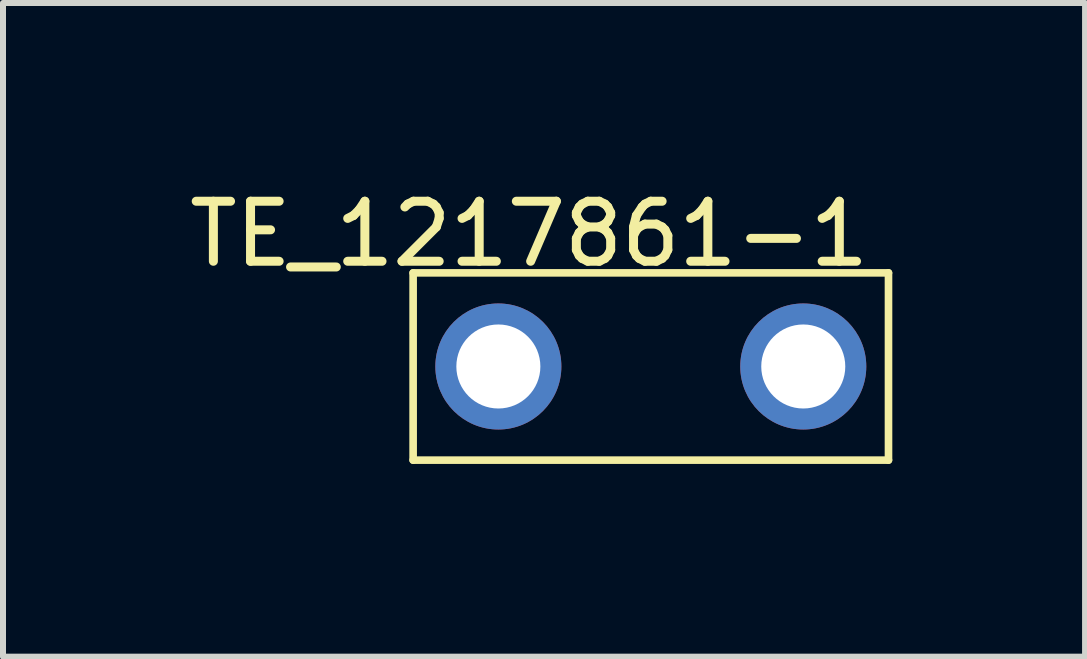
<source format=kicad_pcb>
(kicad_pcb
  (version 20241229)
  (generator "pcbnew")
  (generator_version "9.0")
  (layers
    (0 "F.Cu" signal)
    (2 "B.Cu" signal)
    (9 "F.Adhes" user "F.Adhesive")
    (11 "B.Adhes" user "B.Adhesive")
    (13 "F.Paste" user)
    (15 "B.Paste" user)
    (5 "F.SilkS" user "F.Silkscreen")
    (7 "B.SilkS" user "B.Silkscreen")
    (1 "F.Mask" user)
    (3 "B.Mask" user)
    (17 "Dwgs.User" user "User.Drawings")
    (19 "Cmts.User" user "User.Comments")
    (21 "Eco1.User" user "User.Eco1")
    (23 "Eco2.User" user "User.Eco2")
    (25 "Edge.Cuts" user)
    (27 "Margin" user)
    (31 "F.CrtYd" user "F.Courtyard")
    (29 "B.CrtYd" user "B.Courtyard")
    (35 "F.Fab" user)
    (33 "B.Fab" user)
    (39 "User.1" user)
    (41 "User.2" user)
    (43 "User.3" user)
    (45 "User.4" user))
  (footprint "TE_1217861-1"
    (layer "F.Cu")
    (at 7.793 3.056)
    (property "Reference" "TE_1217861-1" (at -2.026 -2.208 180) (layer "F.SilkS") (effects (font (size 1 1) (thickness 0.15))))
    (attr through_hole)
    (fp_line (start -3.96 -1.56) (end 3.96 -1.56) (stroke (width 0.127) (type solid)) (layer "F.SilkS"))
    (fp_line (start -3.96 1.56) (end -3.96 -1.56) (stroke (width 0.127) (type solid)) (layer "F.SilkS"))
    (fp_line (start 3.96 -1.56) (end 3.96 1.56) (stroke (width 0.127) (type solid)) (layer "F.SilkS"))
    (fp_line (start 3.96 1.56) (end -3.96 1.56) (stroke (width 0.127) (type solid)) (layer "F.SilkS"))
    (fp_line (start -4.21 -1.81) (end 4.21 -1.81) (stroke (width 0.05) (type solid)) (layer "Eco1.User"))
    (fp_line (start -4.21 1.81) (end -4.21 -1.81) (stroke (width 0.05) (type solid)) (layer "Eco1.User"))
    (fp_line (start 4.21 -1.81) (end 4.21 1.81) (stroke (width 0.05) (type solid)) (layer "Eco1.User"))
    (fp_line (start 4.21 1.81) (end -4.21 1.81) (stroke (width 0.05) (type solid)) (layer "Eco1.User"))
    (pad "1" thru_hole circle (at -2.54 0) (size 2.1 2.1) (drill 1.4) (layers "*.Cu" "*.Mask"))
    (pad "2" thru_hole circle (at 2.54 0) (size 2.1 2.1) (drill 1.4) (layers "*.Cu" "*.Mask")))
  (gr_rect
    (start -3 -3)
    (end 15.028 7.891)
    (stroke (width 0.1) (type default))
    (fill no)
    (layer "Edge.Cuts")))
</source>
